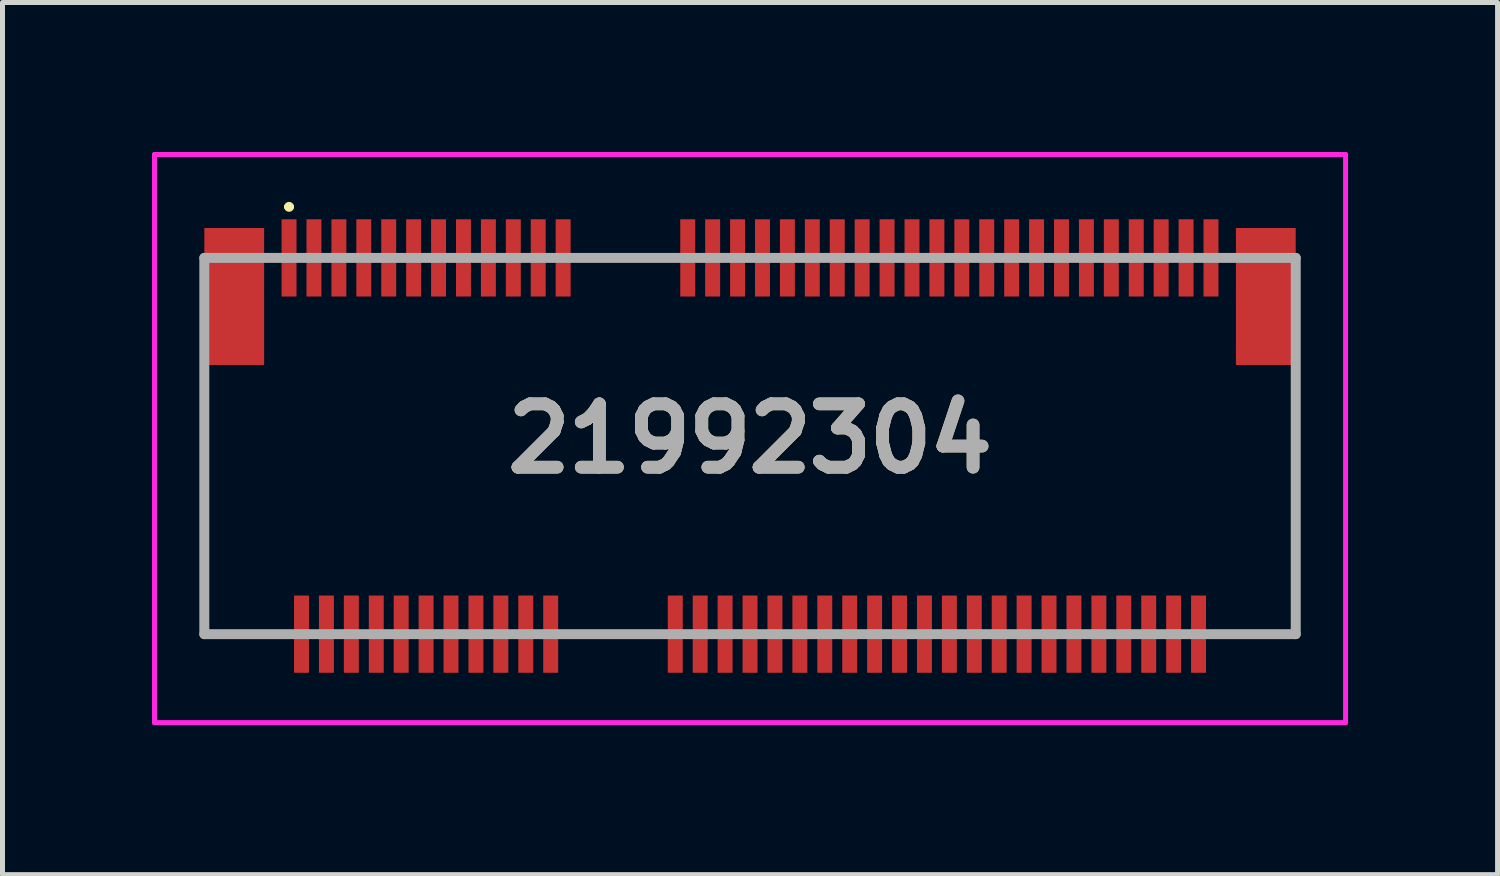
<source format=kicad_pcb>
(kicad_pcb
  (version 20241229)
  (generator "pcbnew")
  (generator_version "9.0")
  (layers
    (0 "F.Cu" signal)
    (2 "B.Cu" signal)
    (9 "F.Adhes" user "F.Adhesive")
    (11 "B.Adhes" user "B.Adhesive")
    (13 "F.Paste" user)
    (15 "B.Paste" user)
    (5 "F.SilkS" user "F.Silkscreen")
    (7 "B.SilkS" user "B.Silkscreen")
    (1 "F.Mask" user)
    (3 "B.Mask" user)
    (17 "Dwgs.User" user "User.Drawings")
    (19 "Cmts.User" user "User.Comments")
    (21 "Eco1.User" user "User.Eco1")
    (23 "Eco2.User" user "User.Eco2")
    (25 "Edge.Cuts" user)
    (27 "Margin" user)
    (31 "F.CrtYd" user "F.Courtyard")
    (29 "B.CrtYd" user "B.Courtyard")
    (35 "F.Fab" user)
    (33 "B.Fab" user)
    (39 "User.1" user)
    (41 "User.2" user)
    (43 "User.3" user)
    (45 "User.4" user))
  (footprint "21992304"
    (layer "F.Cu")
    (at 12 5.75)
    (property "Reference" "21992304" (at 0 0 0) (layer "F.SilkS") (effects (font (size 1.27 1.27) (thickness 0.254))))
    (attr through_hole)
    (fp_line (start -10.95 -0.85) (end -10.95 3.925) (stroke (width 0.1) (type solid)) (layer "F.SilkS"))
    (fp_line (start -10.95 3.925) (end -9.5 3.925) (stroke (width 0.1) (type solid)) (layer "F.SilkS"))
    (fp_line (start -9.3 -4.649) (end -9.3 -4.649) (stroke (width 0.1) (type solid)) (layer "F.SilkS"))
    (fp_line (start -9.2 -4.649) (end -9.2 -4.649) (stroke (width 0.1) (type solid)) (layer "F.SilkS"))
    (fp_line (start -3.5 3.925) (end -2 3.925) (stroke (width 0.1) (type solid)) (layer "F.SilkS"))
    (fp_line (start -3 -3.625) (end -2 -3.625) (stroke (width 0.1) (type solid)) (layer "F.SilkS"))
    (fp_line (start 10.95 -0.85) (end 10.95 3.925) (stroke (width 0.1) (type solid)) (layer "F.SilkS"))
    (fp_line (start 10.95 3.925) (end 9.5 3.925) (stroke (width 0.1) (type solid)) (layer "F.SilkS"))
    (fp_arc (start -9.3 -4.65) (mid -9.2495 -4.6995) (end -9.2 -4.649) (stroke (width 0.1) (type solid)) (layer "F.SilkS"))
    (fp_arc (start -9.2 -4.65) (mid -9.2495 -4.5995) (end -9.3 -4.649) (stroke (width 0.1) (type solid)) (layer "F.SilkS"))
    (fp_line (start -11.95 -5.7) (end 11.95 -5.7) (stroke (width 0.1) (type solid)) (layer "F.CrtYd"))
    (fp_line (start -11.95 5.7) (end -11.95 -5.7) (stroke (width 0.1) (type solid)) (layer "F.CrtYd"))
    (fp_line (start 11.95 -5.7) (end 11.95 5.7) (stroke (width 0.1) (type solid)) (layer "F.CrtYd"))
    (fp_line (start 11.95 5.7) (end -11.95 5.7) (stroke (width 0.1) (type solid)) (layer "F.CrtYd"))
    (fp_line (start -10.95 -3.625) (end 10.95 -3.625) (stroke (width 0.2) (type solid)) (layer "F.Fab"))
    (fp_line (start -10.95 3.925) (end -10.95 -3.625) (stroke (width 0.2) (type solid)) (layer "F.Fab"))
    (fp_line (start 10.95 -3.625) (end 10.95 3.925) (stroke (width 0.2) (type solid)) (layer "F.Fab"))
    (fp_line (start 10.95 3.925) (end -10.95 3.925) (stroke (width 0.2) (type solid)) (layer "F.Fab"))
    (fp_text user "${REFERENCE}" (at 0 0 0) (layer "F.Fab") (effects (font (size 1.27 1.27) (thickness 0.254))))
    (pad "" np_thru_hole circle (at -10 1.65) (size 0.001 0.001) (drill 1.15) (layers "*.Cu" "*.Mask"))
    (pad "" np_thru_hole circle (at 10 1.65) (size 0.001 0.001) (drill 1.65) (layers "*.Cu" "*.Mask"))
    (pad "1" smd rect (at -9.25 -3.625) (size 0.3 1.55) (layers "F.Cu" "F.Mask" "F.Paste"))
    (pad "2" smd rect (at -9 3.925) (size 0.3 1.55) (layers "F.Cu" "F.Mask" "F.Paste"))
    (pad "3" smd rect (at -8.75 -3.625) (size 0.3 1.55) (layers "F.Cu" "F.Mask" "F.Paste"))
    (pad "4" smd rect (at -8.5 3.925) (size 0.3 1.55) (layers "F.Cu" "F.Mask" "F.Paste"))
    (pad "5" smd rect (at -8.25 -3.625) (size 0.3 1.55) (layers "F.Cu" "F.Mask" "F.Paste"))
    (pad "6" smd rect (at -8 3.925) (size 0.3 1.55) (layers "F.Cu" "F.Mask" "F.Paste"))
    (pad "7" smd rect (at -7.75 -3.625) (size 0.3 1.55) (layers "F.Cu" "F.Mask" "F.Paste"))
    (pad "8" smd rect (at -7.5 3.925) (size 0.3 1.55) (layers "F.Cu" "F.Mask" "F.Paste"))
    (pad "9" smd rect (at -7.25 -3.625) (size 0.3 1.55) (layers "F.Cu" "F.Mask" "F.Paste"))
    (pad "10" smd rect (at -7 3.925) (size 0.3 1.55) (layers "F.Cu" "F.Mask" "F.Paste"))
    (pad "11" smd rect (at -6.75 -3.625) (size 0.3 1.55) (layers "F.Cu" "F.Mask" "F.Paste"))
    (pad "12" smd rect (at -6.5 3.925) (size 0.3 1.55) (layers "F.Cu" "F.Mask" "F.Paste"))
    (pad "13" smd rect (at -6.25 -3.625) (size 0.3 1.55) (layers "F.Cu" "F.Mask" "F.Paste"))
    (pad "14" smd rect (at -6 3.925) (size 0.3 1.55) (layers "F.Cu" "F.Mask" "F.Paste"))
    (pad "15" smd rect (at -5.75 -3.625) (size 0.3 1.55) (layers "F.Cu" "F.Mask" "F.Paste"))
    (pad "16" smd rect (at -5.5 3.925) (size 0.3 1.55) (layers "F.Cu" "F.Mask" "F.Paste"))
    (pad "17" smd rect (at -5.25 -3.625) (size 0.3 1.55) (layers "F.Cu" "F.Mask" "F.Paste"))
    (pad "18" smd rect (at -5 3.925) (size 0.3 1.55) (layers "F.Cu" "F.Mask" "F.Paste"))
    (pad "19" smd rect (at -4.75 -3.625) (size 0.3 1.55) (layers "F.Cu" "F.Mask" "F.Paste"))
    (pad "20" smd rect (at -4.5 3.925) (size 0.3 1.55) (layers "F.Cu" "F.Mask" "F.Paste"))
    (pad "21" smd rect (at -4.25 -3.625) (size 0.3 1.55) (layers "F.Cu" "F.Mask" "F.Paste"))
    (pad "22" smd rect (at -4 3.925) (size 0.3 1.55) (layers "F.Cu" "F.Mask" "F.Paste"))
    (pad "23" smd rect (at -3.75 -3.625) (size 0.3 1.55) (layers "F.Cu" "F.Mask" "F.Paste"))
    (pad "32" smd rect (at -1.5 3.925) (size 0.3 1.55) (layers "F.Cu" "F.Mask" "F.Paste"))
    (pad "33" smd rect (at -1.25 -3.625) (size 0.3 1.55) (layers "F.Cu" "F.Mask" "F.Paste"))
    (pad "34" smd rect (at -1 3.925) (size 0.3 1.55) (layers "F.Cu" "F.Mask" "F.Paste"))
    (pad "35" smd rect (at -0.75 -3.625) (size 0.3 1.55) (layers "F.Cu" "F.Mask" "F.Paste"))
    (pad "36" smd rect (at -0.5 3.925) (size 0.3 1.55) (layers "F.Cu" "F.Mask" "F.Paste"))
    (pad "37" smd rect (at -0.25 -3.625) (size 0.3 1.55) (layers "F.Cu" "F.Mask" "F.Paste"))
    (pad "38" smd rect (at 0 3.925) (size 0.3 1.55) (layers "F.Cu" "F.Mask" "F.Paste"))
    (pad "39" smd rect (at 0.25 -3.625) (size 0.3 1.55) (layers "F.Cu" "F.Mask" "F.Paste"))
    (pad "40" smd rect (at 0.5 3.925) (size 0.3 1.55) (layers "F.Cu" "F.Mask" "F.Paste"))
    (pad "41" smd rect (at 0.75 -3.625) (size 0.3 1.55) (layers "F.Cu" "F.Mask" "F.Paste"))
    (pad "42" smd rect (at 1 3.925) (size 0.3 1.55) (layers "F.Cu" "F.Mask" "F.Paste"))
    (pad "43" smd rect (at 1.25 -3.625) (size 0.3 1.55) (layers "F.Cu" "F.Mask" "F.Paste"))
    (pad "44" smd rect (at 1.5 3.925) (size 0.3 1.55) (layers "F.Cu" "F.Mask" "F.Paste"))
    (pad "45" smd rect (at 1.75 -3.625) (size 0.3 1.55) (layers "F.Cu" "F.Mask" "F.Paste"))
    (pad "46" smd rect (at 2 3.925) (size 0.3 1.55) (layers "F.Cu" "F.Mask" "F.Paste"))
    (pad "47" smd rect (at 2.25 -3.625) (size 0.3 1.55) (layers "F.Cu" "F.Mask" "F.Paste"))
    (pad "48" smd rect (at 2.5 3.925) (size 0.3 1.55) (layers "F.Cu" "F.Mask" "F.Paste"))
    (pad "49" smd rect (at 2.75 -3.625) (size 0.3 1.55) (layers "F.Cu" "F.Mask" "F.Paste"))
    (pad "50" smd rect (at 3 3.925) (size 0.3 1.55) (layers "F.Cu" "F.Mask" "F.Paste"))
    (pad "51" smd rect (at 3.25 -3.625) (size 0.3 1.55) (layers "F.Cu" "F.Mask" "F.Paste"))
    (pad "52" smd rect (at 3.5 3.925) (size 0.3 1.55) (layers "F.Cu" "F.Mask" "F.Paste"))
    (pad "53" smd rect (at 3.75 -3.625) (size 0.3 1.55) (layers "F.Cu" "F.Mask" "F.Paste"))
    (pad "54" smd rect (at 4 3.925) (size 0.3 1.55) (layers "F.Cu" "F.Mask" "F.Paste"))
    (pad "55" smd rect (at 4.25 -3.625) (size 0.3 1.55) (layers "F.Cu" "F.Mask" "F.Paste"))
    (pad "56" smd rect (at 4.5 3.925) (size 0.3 1.55) (layers "F.Cu" "F.Mask" "F.Paste"))
    (pad "57" smd rect (at 4.75 -3.625) (size 0.3 1.55) (layers "F.Cu" "F.Mask" "F.Paste"))
    (pad "58" smd rect (at 5 3.925) (size 0.3 1.55) (layers "F.Cu" "F.Mask" "F.Paste"))
    (pad "59" smd rect (at 5.25 -3.625) (size 0.3 1.55) (layers "F.Cu" "F.Mask" "F.Paste"))
    (pad "60" smd rect (at 5.5 3.925) (size 0.3 1.55) (layers "F.Cu" "F.Mask" "F.Paste"))
    (pad "61" smd rect (at 5.75 -3.625) (size 0.3 1.55) (layers "F.Cu" "F.Mask" "F.Paste"))
    (pad "62" smd rect (at 6 3.925) (size 0.3 1.55) (layers "F.Cu" "F.Mask" "F.Paste"))
    (pad "63" smd rect (at 6.25 -3.625) (size 0.3 1.55) (layers "F.Cu" "F.Mask" "F.Paste"))
    (pad "64" smd rect (at 6.5 3.925) (size 0.3 1.55) (layers "F.Cu" "F.Mask" "F.Paste"))
    (pad "65" smd rect (at 6.75 -3.625) (size 0.3 1.55) (layers "F.Cu" "F.Mask" "F.Paste"))
    (pad "66" smd rect (at 7 3.925) (size 0.3 1.55) (layers "F.Cu" "F.Mask" "F.Paste"))
    (pad "67" smd rect (at 7.25 -3.625) (size 0.3 1.55) (layers "F.Cu" "F.Mask" "F.Paste"))
    (pad "68" smd rect (at 7.5 3.925) (size 0.3 1.55) (layers "F.Cu" "F.Mask" "F.Paste"))
    (pad "69" smd rect (at 7.75 -3.625) (size 0.3 1.55) (layers "F.Cu" "F.Mask" "F.Paste"))
    (pad "70" smd rect (at 8 3.925) (size 0.3 1.55) (layers "F.Cu" "F.Mask" "F.Paste"))
    (pad "71" smd rect (at 8.25 -3.625) (size 0.3 1.55) (layers "F.Cu" "F.Mask" "F.Paste"))
    (pad "72" smd rect (at 8.5 3.925) (size 0.3 1.55) (layers "F.Cu" "F.Mask" "F.Paste"))
    (pad "73" smd rect (at 8.75 -3.625) (size 0.3 1.55) (layers "F.Cu" "F.Mask" "F.Paste"))
    (pad "74" smd rect (at 9 3.925) (size 0.3 1.55) (layers "F.Cu" "F.Mask" "F.Paste"))
    (pad "75" smd rect (at 9.25 -3.625) (size 0.3 1.55) (layers "F.Cu" "F.Mask" "F.Paste"))
    (pad "MP1" smd rect (at -10.35 -2.85) (size 1.2 2.75) (layers "F.Cu" "F.Mask" "F.Paste"))
    (pad "MP2" smd rect (at 10.35 -2.85) (size 1.2 2.75) (layers "F.Cu" "F.Mask" "F.Paste")))
  (gr_rect
    (start -3 -3)
    (end 27 14.5)
    (stroke (width 0.1) (type default))
    (fill no)
    (layer "Edge.Cuts")))
</source>
